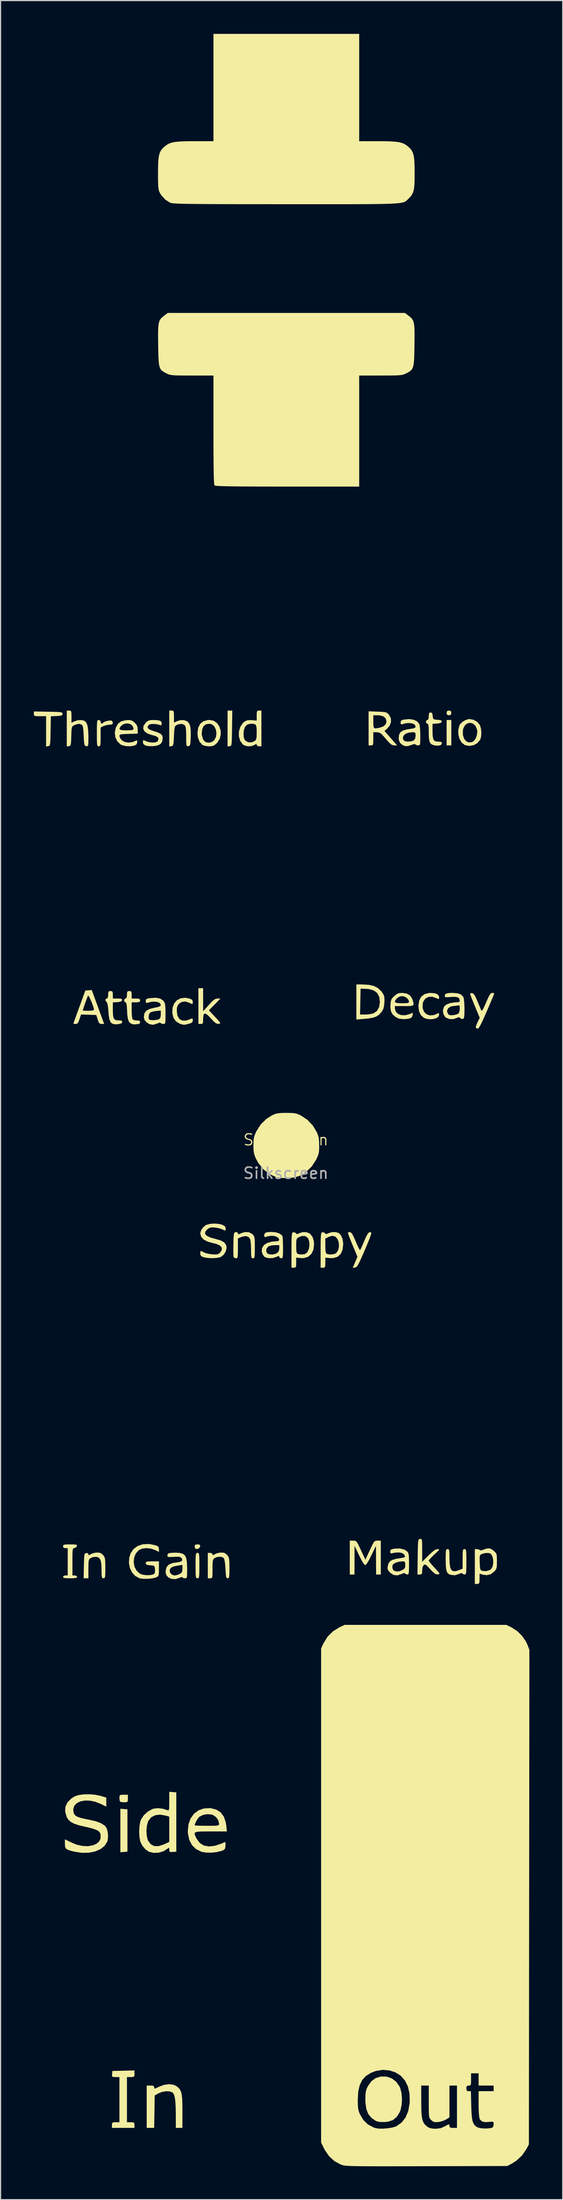
<source format=kicad_pcb>
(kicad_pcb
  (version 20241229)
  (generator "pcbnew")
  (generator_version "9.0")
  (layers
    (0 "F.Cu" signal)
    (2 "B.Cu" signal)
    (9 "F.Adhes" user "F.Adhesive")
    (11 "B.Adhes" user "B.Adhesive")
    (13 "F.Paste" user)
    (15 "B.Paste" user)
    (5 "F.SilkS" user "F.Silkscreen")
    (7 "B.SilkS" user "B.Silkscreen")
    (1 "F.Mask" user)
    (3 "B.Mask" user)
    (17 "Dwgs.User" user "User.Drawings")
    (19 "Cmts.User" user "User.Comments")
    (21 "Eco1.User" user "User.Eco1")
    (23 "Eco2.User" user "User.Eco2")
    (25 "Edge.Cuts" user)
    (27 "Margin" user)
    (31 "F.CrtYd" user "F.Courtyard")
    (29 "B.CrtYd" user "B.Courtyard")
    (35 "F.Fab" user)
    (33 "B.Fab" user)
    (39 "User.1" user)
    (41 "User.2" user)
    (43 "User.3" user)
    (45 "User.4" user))
  (footprint "Silkscreen"
    (layer "F.Cu")
    (at 22.691 99.991)
    (property "Reference" "Silkscreen" (at 0 -0.5 0) (unlocked yes) (layer "F.SilkS") (effects (font (size 1 1) (thickness 0.1))))
    (attr smd)
    (fp_poly (pts (xy -14.584 59.706) (xy -14.266 59.732) (xy -14.266 61.637) (xy -14.266 63.542) (xy -14.584 63.569) (xy -14.901 63.595) (xy -14.901 61.637) (xy -14.901 59.68)) (stroke (width 0) (type solid)) (fill yes) (layer "F.SilkS"))
    (fp_poly (pts (xy 14.901 -37.126) (xy 14.901 -35.983) (xy 14.69 -35.983) (xy 14.478 -35.983) (xy 14.478 -37.126) (xy 14.478 -38.269) (xy 14.69 -38.269) (xy 14.901 -38.269)) (stroke (width 0) (type solid)) (fill yes) (layer "F.SilkS"))
    (fp_poly (pts (xy -7.772 35.918) (xy -7.715 35.999) (xy -7.72 36.089) (xy -7.807 36.24) (xy -7.969 36.317) (xy -8.128 36.289) (xy -8.153 36.269) (xy -8.204 36.141) (xy -8.213 36.054) (xy -8.167 35.939) (xy -8.003 35.9) (xy -7.953 35.899)) (stroke (width 0) (type solid)) (fill yes) (layer "F.SilkS"))
    (fp_poly (pts (xy 14.851 -39.081) (xy 14.9 -38.943) (xy 14.901 -38.904) (xy 14.866 -38.743) (xy 14.729 -38.694) (xy 14.69 -38.693) (xy 14.529 -38.728) (xy 14.479 -38.865) (xy 14.478 -38.904) (xy 14.513 -39.065) (xy 14.651 -39.115) (xy 14.69 -39.116)) (stroke (width 0) (type solid)) (fill yes) (layer "F.SilkS"))
    (fp_poly (pts (xy -4.845 -37.529) (xy -4.854 -36.974) (xy -4.863 -36.566) (xy -4.876 -36.282) (xy -4.896 -36.098) (xy -4.926 -35.991) (xy -4.969 -35.939) (xy -5.028 -35.919) (xy -5.059 -35.914) (xy -5.249 -35.887) (xy -5.249 -37.501) (xy -5.249 -39.116) (xy -5.036 -39.116) (xy -4.822 -39.116)) (stroke (width 0) (type solid)) (fill yes) (layer "F.SilkS"))
    (fp_poly (pts (xy -14.224 58.759) (xy -14.232 58.975) (xy -14.289 59.072) (xy -14.44 59.097) (xy -14.549 59.097) (xy -14.772 59.084) (xy -14.916 59.05) (xy -14.93 59.041) (xy -14.968 58.925) (xy -14.986 58.719) (xy -14.986 58.702) (xy -14.977 58.529) (xy -14.919 58.447) (xy -14.767 58.422) (xy -14.605 58.42) (xy -14.224 58.42)) (stroke (width 0) (type solid)) (fill yes) (layer "F.SilkS"))
    (fp_poly (pts (xy -7.891 36.67) (xy -7.844 36.715) (xy -7.814 36.822) (xy -7.798 37.017) (xy -7.791 37.329) (xy -7.789 37.781) (xy -7.789 37.804) (xy -7.791 38.263) (xy -7.797 38.579) (xy -7.813 38.78) (xy -7.842 38.89) (xy -7.888 38.937) (xy -7.955 38.947) (xy -7.959 38.947) (xy -8.027 38.938) (xy -8.074 38.893) (xy -8.103 38.786) (xy -8.12 38.59) (xy -8.127 38.279) (xy -8.128 37.826) (xy -8.128 37.804) (xy -8.127 37.344) (xy -8.12 37.028) (xy -8.104 36.828) (xy -8.075 36.718) (xy -8.029 36.671) (xy -7.962 36.661) (xy -7.959 36.661)) (stroke (width 0) (type solid)) (fill yes) (layer "F.SilkS"))
    (fp_poly (pts (xy -21.399 -39.012) (xy -20.907 -39.002) (xy -20.558 -38.99) (xy -20.329 -38.973) (xy -20.194 -38.946) (xy -20.13 -38.906) (xy -20.109 -38.849) (xy -20.108 -38.82) (xy -20.128 -38.725) (xy -20.214 -38.67) (xy -20.403 -38.64) (xy -20.635 -38.625) (xy -21.162 -38.6) (xy -21.186 -37.271) (xy -21.195 -36.77) (xy -21.206 -36.413) (xy -21.223 -36.175) (xy -21.249 -36.031) (xy -21.288 -35.956) (xy -21.344 -35.924) (xy -21.399 -35.914) (xy -21.59 -35.887) (xy -21.59 -37.247) (xy -21.59 -38.608) (xy -22.14 -38.608) (xy -22.436 -38.612) (xy -22.601 -38.633) (xy -22.673 -38.685) (xy -22.69 -38.785) (xy -22.691 -38.822) (xy -22.691 -39.036)) (stroke (width 0) (type solid)) (fill yes) (layer "F.SilkS"))
    (fp_poly (pts (xy 9.078 83.778) (xy 9.542 83.94) (xy 9.936 84.24) (xy 10.233 84.662) (xy 10.307 84.83) (xy 10.418 85.27) (xy 10.458 85.785) (xy 10.428 86.308) (xy 10.331 86.775) (xy 10.251 86.982) (xy 9.986 87.402) (xy 9.654 87.678) (xy 9.228 87.827) (xy 8.899 87.865) (xy 8.486 87.862) (xy 8.19 87.802) (xy 8.086 87.756) (xy 7.7 87.488) (xy 7.426 87.147) (xy 7.253 86.713) (xy 7.17 86.161) (xy 7.159 85.766) (xy 7.17 85.38) (xy 7.204 85.102) (xy 7.273 84.872) (xy 7.39 84.63) (xy 7.394 84.623) (xy 7.705 84.192) (xy 8.09 83.91) (xy 8.561 83.769) (xy 8.566 83.768)) (stroke (width 0) (type solid)) (fill yes) (layer "F.SilkS"))
    (fp_poly (pts (xy -13.631 83.521) (xy -13.641 83.712) (xy -13.704 83.798) (xy -13.869 83.819) (xy -13.97 83.82) (xy -14.309 83.82) (xy -14.309 85.852) (xy -14.309 87.884) (xy -13.97 87.884) (xy -13.753 87.894) (xy -13.656 87.948) (xy -13.632 88.083) (xy -13.631 88.138) (xy -13.631 88.392) (xy -14.647 88.392) (xy -15.663 88.392) (xy -15.663 88.138) (xy -15.65 87.975) (xy -15.577 87.903) (xy -15.397 87.884) (xy -15.325 87.884) (xy -14.986 87.884) (xy -14.986 85.852) (xy -14.986 83.82) (xy -15.33 83.82) (xy -15.548 83.812) (xy -15.642 83.763) (xy -15.655 83.633) (xy -15.648 83.545) (xy -15.621 83.27) (xy -14.626 83.246) (xy -13.631 83.222)) (stroke (width 0) (type solid)) (fill yes) (layer "F.SilkS"))
    (fp_poly (pts (xy -7.449 -13.102) (xy -7.447 -12.065) (xy -6.934 -12.636) (xy -6.67 -12.919) (xy -6.477 -13.093) (xy -6.322 -13.181) (xy -6.174 -13.208) (xy -6.155 -13.208) (xy -5.889 -13.208) (xy -6.409 -12.679) (xy -6.93 -12.15) (xy -6.374 -11.557) (xy -6.12 -11.283) (xy -5.969 -11.109) (xy -5.909 -11.01) (xy -5.929 -10.962) (xy -6.014 -10.941) (xy -6.056 -10.936) (xy -6.195 -10.942) (xy -6.335 -11.01) (xy -6.511 -11.164) (xy -6.754 -11.426) (xy -7.029 -11.71) (xy -7.226 -11.849) (xy -7.355 -11.84) (xy -7.426 -11.683) (xy -7.45 -11.377) (xy -7.451 -11.335) (xy -7.458 -11.088) (xy -7.495 -10.966) (xy -7.583 -10.925) (xy -7.662 -10.922) (xy -7.874 -10.922) (xy -7.874 -12.531) (xy -7.874 -14.139) (xy -7.662 -14.139) (xy -7.451 -14.139)) (stroke (width 0) (type solid)) (fill yes) (layer "F.SilkS"))
    (fp_poly (pts (xy 13.424 -13.68) (xy 13.685 -13.574) (xy 13.796 -13.393) (xy 13.801 -13.335) (xy 13.791 -13.193) (xy 13.732 -13.165) (xy 13.575 -13.235) (xy 13.551 -13.248) (xy 13.173 -13.373) (xy 12.833 -13.353) (xy 12.557 -13.2) (xy 12.373 -12.923) (xy 12.329 -12.771) (xy 12.315 -12.365) (xy 12.43 -12.037) (xy 12.651 -11.807) (xy 12.952 -11.694) (xy 13.309 -11.719) (xy 13.551 -11.813) (xy 13.721 -11.893) (xy 13.788 -11.879) (xy 13.801 -11.757) (xy 13.801 -11.742) (xy 13.725 -11.565) (xy 13.526 -11.434) (xy 13.246 -11.358) (xy 12.925 -11.345) (xy 12.606 -11.402) (xy 12.426 -11.478) (xy 12.153 -11.72) (xy 11.99 -12.087) (xy 11.939 -12.548) (xy 12.002 -13.016) (xy 12.186 -13.37) (xy 12.484 -13.602) (xy 12.891 -13.707) (xy 13.012 -13.713)) (stroke (width 0) (type solid)) (fill yes) (layer "F.SilkS"))
    (fp_poly (pts (xy 6.193 35.565) (xy 6.294 35.598) (xy 6.386 35.684) (xy 6.489 35.852) (xy 6.625 36.126) (xy 6.762 36.417) (xy 7.163 37.274) (xy 7.561 36.417) (xy 7.735 36.045) (xy 7.86 35.8) (xy 7.958 35.655) (xy 8.05 35.585) (xy 8.157 35.562) (xy 8.255 35.56) (xy 8.551 35.56) (xy 8.551 37.084) (xy 8.551 38.608) (xy 8.34 38.608) (xy 8.128 38.608) (xy 8.121 37.317) (xy 8.113 36.026) (xy 7.696 36.894) (xy 7.485 37.307) (xy 7.313 37.595) (xy 7.188 37.743) (xy 7.147 37.761) (xy 7.047 37.684) (xy 6.897 37.46) (xy 6.704 37.103) (xy 6.602 36.894) (xy 6.188 36.026) (xy 6.184 37.317) (xy 6.181 38.608) (xy 5.969 38.608) (xy 5.757 38.608) (xy 5.757 37.084) (xy 5.757 35.56) (xy 6.059 35.56)) (stroke (width 0) (type solid)) (fill yes) (layer "F.SilkS"))
    (fp_poly (pts (xy -19.098 35.903) (xy -18.908 35.921) (xy -18.823 35.961) (xy -18.809 36.031) (xy -18.812 36.047) (xy -18.908 36.175) (xy -19.03 36.222) (xy -19.104 36.238) (xy -19.155 36.28) (xy -19.189 36.374) (xy -19.208 36.546) (xy -19.217 36.822) (xy -19.219 37.23) (xy -19.219 37.471) (xy -19.219 38.693) (xy -19.008 38.693) (xy -18.837 38.737) (xy -18.796 38.82) (xy -18.829 38.887) (xy -18.949 38.926) (xy -19.187 38.944) (xy -19.431 38.947) (xy -19.766 38.94) (xy -19.963 38.916) (xy -20.051 38.868) (xy -20.066 38.82) (xy -19.992 38.718) (xy -19.854 38.693) (xy -19.643 38.693) (xy -19.643 37.465) (xy -19.643 36.237) (xy -19.854 36.237) (xy -20.02 36.198) (xy -20.066 36.068) (xy -20.051 35.982) (xy -19.983 35.931) (xy -19.827 35.906) (xy -19.549 35.899) (xy -19.425 35.899)) (stroke (width 0) (type solid)) (fill yes) (layer "F.SilkS"))
    (fp_poly (pts (xy -16.707 -38.209) (xy -16.679 -38.1) (xy -16.635 -37.956) (xy -16.536 -37.943) (xy -16.47 -38.012) (xy -16.347 -38.096) (xy -16.131 -38.171) (xy -15.895 -38.219) (xy -15.716 -38.218) (xy -15.699 -38.213) (xy -15.598 -38.1) (xy -15.579 -38.006) (xy -15.615 -37.896) (xy -15.753 -37.851) (xy -15.879 -37.846) (xy -16.167 -37.807) (xy -16.43 -37.717) (xy -16.679 -37.588) (xy -16.679 -36.743) (xy -16.682 -36.358) (xy -16.693 -36.112) (xy -16.719 -35.974) (xy -16.766 -35.913) (xy -16.84 -35.899) (xy -16.849 -35.899) (xy -16.916 -35.907) (xy -16.962 -35.951) (xy -16.992 -36.056) (xy -17.009 -36.248) (xy -17.016 -36.552) (xy -17.018 -36.996) (xy -17.018 -37.084) (xy -17.017 -37.553) (xy -17.01 -37.879) (xy -16.996 -38.087) (xy -16.968 -38.204) (xy -16.925 -38.256) (xy -16.861 -38.269) (xy -16.849 -38.269)) (stroke (width 0) (type solid)) (fill yes) (layer "F.SilkS"))
    (fp_poly (pts (xy -8.712 -13.216) (xy -8.492 -13.129) (xy -8.397 -13.02) (xy -8.382 -12.908) (xy -8.388 -12.758) (xy -8.436 -12.713) (xy -8.568 -12.764) (xy -8.69 -12.826) (xy -9.054 -12.944) (xy -9.38 -12.903) (xy -9.614 -12.746) (xy -9.744 -12.579) (xy -9.806 -12.377) (xy -9.821 -12.085) (xy -9.764 -11.674) (xy -9.603 -11.387) (xy -9.35 -11.232) (xy -9.02 -11.22) (xy -8.765 -11.297) (xy -8.536 -11.391) (xy -8.423 -11.415) (xy -8.385 -11.363) (xy -8.382 -11.228) (xy -8.41 -11.094) (xy -8.523 -11.006) (xy -8.758 -10.932) (xy -9.016 -10.87) (xy -9.182 -10.85) (xy -9.331 -10.872) (xy -9.537 -10.94) (xy -9.559 -10.948) (xy -9.894 -11.149) (xy -10.119 -11.474) (xy -10.222 -11.876) (xy -10.208 -12.358) (xy -10.065 -12.756) (xy -9.811 -13.054) (xy -9.466 -13.233) (xy -9.048 -13.278)) (stroke (width 0) (type solid)) (fill yes) (layer "F.SilkS"))
    (fp_poly (pts (xy -10.138 84.504) (xy -9.836 84.64) (xy -9.662 84.784) (xy -9.531 84.946) (xy -9.437 85.149) (xy -9.374 85.419) (xy -9.336 85.783) (xy -9.318 86.265) (xy -9.313 86.889) (xy -9.313 88.392) (xy -9.61 88.392) (xy -9.906 88.392) (xy -9.91 87.228) (xy -9.92 86.558) (xy -9.95 86.04) (xy -10 85.658) (xy -10.074 85.394) (xy -10.173 85.233) (xy -10.21 85.201) (xy -10.454 85.109) (xy -10.786 85.095) (xy -11.144 85.154) (xy -11.469 85.283) (xy -11.472 85.284) (xy -11.811 85.476) (xy -11.834 86.934) (xy -11.857 88.392) (xy -12.194 88.392) (xy -12.531 88.392) (xy -12.531 86.487) (xy -12.531 84.582) (xy -12.192 84.582) (xy -11.97 84.597) (xy -11.872 84.655) (xy -11.853 84.747) (xy -11.843 84.834) (xy -11.788 84.855) (xy -11.652 84.805) (xy -11.418 84.687) (xy -10.984 84.523) (xy -10.542 84.461)) (stroke (width 0) (type solid)) (fill yes) (layer "F.SilkS"))
    (fp_poly (pts (xy 6.879 -14.476) (xy 7.466 -14.443) (xy 7.925 -14.339) (xy 8.288 -14.153) (xy 8.587 -13.869) (xy 8.707 -13.708) (xy 8.817 -13.519) (xy 8.871 -13.324) (xy 8.882 -13.061) (xy 8.874 -12.86) (xy 8.84 -12.511) (xy 8.771 -12.261) (xy 8.645 -12.041) (xy 8.602 -11.983) (xy 8.395 -11.756) (xy 8.154 -11.596) (xy 7.843 -11.487) (xy 7.423 -11.415) (xy 7.086 -11.382) (xy 6.35 -11.322) (xy 6.35 -11.769) (xy 6.684 -11.769) (xy 7.155 -11.769) (xy 7.481 -11.791) (xy 7.788 -11.848) (xy 7.913 -11.889) (xy 8.209 -12.1) (xy 8.396 -12.432) (xy 8.466 -12.873) (xy 8.467 -12.912) (xy 8.408 -13.366) (xy 8.228 -13.706) (xy 7.923 -13.935) (xy 7.489 -14.058) (xy 7.212 -14.081) (xy 6.731 -14.097) (xy 6.707 -12.933) (xy 6.684 -11.769) (xy 6.35 -11.769) (xy 6.35 -12.9) (xy 6.35 -14.478)) (stroke (width 0) (type solid)) (fill yes) (layer "F.SilkS"))
    (fp_poly (pts (xy -6.494 -38.196) (xy -6.206 -37.996) (xy -5.997 -37.703) (xy -5.879 -37.349) (xy -5.86 -36.966) (xy -5.952 -36.587) (xy -6.162 -36.243) (xy -6.221 -36.18) (xy -6.427 -36.001) (xy -6.626 -35.919) (xy -6.903 -35.899) (xy -6.915 -35.899) (xy -7.222 -35.928) (xy -7.468 -36.002) (xy -7.517 -36.031) (xy -7.774 -36.312) (xy -7.923 -36.711) (xy -7.947 -36.965) (xy -7.58 -36.965) (xy -7.458 -36.539) (xy -7.396 -36.428) (xy -7.21 -36.273) (xy -6.953 -36.224) (xy -6.683 -36.281) (xy -6.458 -36.44) (xy -6.441 -36.46) (xy -6.294 -36.75) (xy -6.251 -37.075) (xy -6.3 -37.396) (xy -6.43 -37.673) (xy -6.629 -37.864) (xy -6.87 -37.931) (xy -7.196 -37.879) (xy -7.41 -37.711) (xy -7.535 -37.424) (xy -7.58 -36.965) (xy -7.947 -36.965) (xy -7.959 -37.084) (xy -7.898 -37.561) (xy -7.72 -37.918) (xy -7.426 -38.153) (xy -7.02 -38.262) (xy -6.854 -38.269)) (stroke (width 0) (type solid)) (fill yes) (layer "F.SilkS"))
    (fp_poly (pts (xy 7.65 7.815) (xy 7.684 7.859) (xy 7.678 7.963) (xy 7.627 8.147) (xy 7.524 8.427) (xy 7.363 8.823) (xy 7.139 9.352) (xy 7.112 9.414) (xy 6.881 9.948) (xy 6.704 10.345) (xy 6.568 10.626) (xy 6.462 10.811) (xy 6.376 10.921) (xy 6.298 10.974) (xy 6.233 10.991) (xy 6.019 11.017) (xy 6.234 10.52) (xy 6.449 10.022) (xy 6.018 8.992) (xy 5.858 8.601) (xy 5.725 8.264) (xy 5.631 8.013) (xy 5.589 7.879) (xy 5.588 7.869) (xy 5.658 7.808) (xy 5.772 7.805) (xy 5.873 7.851) (xy 5.976 7.975) (xy 6.099 8.204) (xy 6.256 8.562) (xy 6.296 8.659) (xy 6.439 8.99) (xy 6.563 9.245) (xy 6.653 9.396) (xy 6.69 9.421) (xy 6.745 9.317) (xy 6.846 9.097) (xy 6.975 8.802) (xy 7.027 8.678) (xy 7.205 8.269) (xy 7.345 8.001) (xy 7.461 7.851) (xy 7.569 7.801)) (stroke (width 0) (type solid)) (fill yes) (layer "F.SilkS"))
    (fp_poly (pts (xy 16.907 -38.285) (xy 17.234 -38.101) (xy 17.461 -37.836) (xy 17.477 -37.805) (xy 17.57 -37.492) (xy 17.605 -37.117) (xy 17.58 -36.755) (xy 17.504 -36.499) (xy 17.26 -36.198) (xy 16.922 -36.004) (xy 16.536 -35.934) (xy 16.149 -36.004) (xy 16.104 -36.022) (xy 15.839 -36.228) (xy 15.647 -36.546) (xy 15.538 -36.933) (xy 15.524 -37.315) (xy 15.94 -37.315) (xy 15.946 -36.911) (xy 16.049 -36.585) (xy 16.229 -36.357) (xy 16.464 -36.247) (xy 16.736 -36.274) (xy 16.912 -36.367) (xy 17.074 -36.564) (xy 17.191 -36.859) (xy 17.24 -37.182) (xy 17.221 -37.398) (xy 17.079 -37.731) (xy 16.864 -37.936) (xy 16.612 -38.015) (xy 16.357 -37.97) (xy 16.136 -37.804) (xy 15.982 -37.519) (xy 15.94 -37.315) (xy 15.524 -37.315) (xy 15.523 -37.345) (xy 15.614 -37.737) (xy 15.668 -37.854) (xy 15.851 -38.061) (xy 16.129 -38.238) (xy 16.426 -38.342) (xy 16.54 -38.354)) (stroke (width 0) (type solid)) (fill yes) (layer "F.SilkS"))
    (fp_poly (pts (xy 18.727 -13.705) (xy 18.755 -13.641) (xy 18.698 -13.477) (xy 18.683 -13.441) (xy 18.354 -12.662) (xy 18.082 -12.027) (xy 17.86 -11.522) (xy 17.683 -11.136) (xy 17.543 -10.854) (xy 17.434 -10.663) (xy 17.35 -10.55) (xy 17.285 -10.502) (xy 17.262 -10.499) (xy 17.13 -10.553) (xy 17.103 -10.623) (xy 17.138 -10.77) (xy 17.227 -10.999) (xy 17.28 -11.113) (xy 17.458 -11.479) (xy 17.026 -12.511) (xy 16.866 -12.902) (xy 16.732 -13.24) (xy 16.638 -13.492) (xy 16.596 -13.626) (xy 16.595 -13.636) (xy 16.664 -13.698) (xy 16.777 -13.701) (xy 16.889 -13.645) (xy 17.005 -13.496) (xy 17.142 -13.226) (xy 17.241 -12.996) (xy 17.379 -12.667) (xy 17.498 -12.382) (xy 17.579 -12.191) (xy 17.594 -12.156) (xy 17.637 -12.112) (xy 17.701 -12.164) (xy 17.795 -12.328) (xy 17.932 -12.623) (xy 18.032 -12.855) (xy 18.2 -13.238) (xy 18.325 -13.489) (xy 18.423 -13.635) (xy 18.514 -13.702) (xy 18.599 -13.716)) (stroke (width 0) (type solid)) (fill yes) (layer "F.SilkS"))
    (fp_poly (pts (xy 0.449 -2.916) (xy 0.739 -2.896) (xy 0.965 -2.85) (xy 1.182 -2.768) (xy 1.38 -2.672) (xy 1.951 -2.29) (xy 2.431 -1.779) (xy 2.779 -1.2) (xy 2.898 -0.912) (xy 2.966 -0.639) (xy 2.998 -0.316) (xy 3.004 0.002) (xy 2.998 0.383) (xy 2.967 0.664) (xy 2.896 0.913) (xy 2.772 1.198) (xy 2.727 1.288) (xy 2.337 1.895) (xy 1.822 2.392) (xy 1.285 2.723) (xy 0.921 2.843) (xy 0.456 2.919) (xy -0.047 2.948) (xy -0.523 2.924) (xy -0.898 2.848) (xy -1.501 2.564) (xy -2.034 2.138) (xy -2.475 1.592) (xy -2.7 1.185) (xy -2.816 0.902) (xy -2.883 0.629) (xy -2.914 0.301) (xy -2.919 -0.002) (xy -2.913 -0.383) (xy -2.882 -0.664) (xy -2.811 -0.913) (xy -2.687 -1.198) (xy -2.643 -1.288) (xy -2.252 -1.896) (xy -1.734 -2.395) (xy -1.199 -2.727) (xy -0.98 -2.821) (xy -0.755 -2.879) (xy -0.475 -2.91) (xy -0.089 -2.921) (xy 0.042 -2.921)) (stroke (width 0) (type solid)) (fill yes) (layer "F.SilkS"))
    (fp_poly (pts (xy -15.654 -13.867) (xy -15.593 -13.78) (xy -15.579 -13.576) (xy -15.579 -13.547) (xy -15.579 -13.208) (xy -15.149 -13.208) (xy -14.894 -13.199) (xy -14.772 -13.164) (xy -14.744 -13.089) (xy -14.748 -13.06) (xy -14.814 -12.96) (xy -14.989 -12.905) (xy -15.177 -12.886) (xy -15.579 -12.86) (xy -15.579 -12.155) (xy -15.566 -11.745) (xy -15.518 -11.475) (xy -15.418 -11.32) (xy -15.249 -11.253) (xy -15.024 -11.245) (xy -14.805 -11.225) (xy -14.732 -11.14) (xy -14.732 -11.136) (xy -14.771 -11.005) (xy -14.796 -10.981) (xy -14.991 -10.92) (xy -15.253 -10.889) (xy -15.464 -10.898) (xy -15.661 -10.968) (xy -15.8 -11.111) (xy -15.893 -11.353) (xy -15.952 -11.72) (xy -15.977 -12.035) (xy -16.018 -12.486) (xy -16.073 -12.772) (xy -16.141 -12.895) (xy -16.241 -13.013) (xy -16.24 -13.141) (xy -16.141 -13.208) (xy -16.129 -13.208) (xy -16.041 -13.264) (xy -16.004 -13.449) (xy -16.002 -13.547) (xy -15.99 -13.765) (xy -15.936 -13.862) (xy -15.809 -13.885) (xy -15.79 -13.885)) (stroke (width 0) (type solid)) (fill yes) (layer "F.SilkS"))
    (fp_poly (pts (xy -16.92 -12.45) (xy -16.361 -10.922) (xy -16.59 -10.922) (xy -16.735 -10.943) (xy -16.832 -11.036) (xy -16.917 -11.24) (xy -16.944 -11.324) (xy -17.068 -11.726) (xy -17.755 -11.751) (xy -18.442 -11.775) (xy -18.583 -11.349) (xy -18.681 -11.093) (xy -18.775 -10.964) (xy -18.897 -10.923) (xy -18.93 -10.922) (xy -19.086 -10.931) (xy -19.135 -10.947) (xy -19.107 -11.031) (xy -19.03 -11.249) (xy -18.913 -11.575) (xy -18.765 -11.984) (xy -18.71 -12.135) (xy -18.288 -12.135) (xy -18.211 -12.12) (xy -18.011 -12.11) (xy -17.78 -12.107) (xy -17.465 -12.121) (xy -17.305 -12.165) (xy -17.277 -12.213) (xy -17.31 -12.375) (xy -17.387 -12.611) (xy -17.49 -12.879) (xy -17.603 -13.139) (xy -17.706 -13.348) (xy -17.784 -13.468) (xy -17.814 -13.475) (xy -17.862 -13.365) (xy -17.945 -13.147) (xy -18.045 -12.87) (xy -18.146 -12.583) (xy -18.23 -12.334) (xy -18.281 -12.17) (xy -18.288 -12.135) (xy -18.71 -12.135) (xy -18.595 -12.45) (xy -18.056 -13.928) (xy -17.768 -13.953) (xy -17.48 -13.978)) (stroke (width 0) (type solid)) (fill yes) (layer "F.SilkS"))
    (fp_poly (pts (xy 13.149 -38.908) (xy 13.208 -38.763) (xy 13.224 -38.629) (xy 13.248 -38.438) (xy 13.309 -38.342) (xy 13.456 -38.301) (xy 13.658 -38.286) (xy 13.907 -38.258) (xy 14.022 -38.208) (xy 14.038 -38.118) (xy 14.038 -38.116) (xy 13.968 -38.019) (xy 13.781 -37.964) (xy 13.609 -37.947) (xy 13.208 -37.921) (xy 13.208 -37.285) (xy 13.22 -36.864) (xy 13.265 -36.584) (xy 13.359 -36.418) (xy 13.514 -36.34) (xy 13.719 -36.322) (xy 13.941 -36.307) (xy 14.038 -36.247) (xy 14.055 -36.162) (xy 13.981 -36.032) (xy 13.786 -35.962) (xy 13.51 -35.963) (xy 13.329 -35.998) (xy 13.13 -36.074) (xy 12.998 -36.197) (xy 12.918 -36.397) (xy 12.879 -36.704) (xy 12.869 -37.143) (xy 12.865 -37.522) (xy 12.847 -37.76) (xy 12.813 -37.886) (xy 12.757 -37.93) (xy 12.742 -37.931) (xy 12.639 -38.001) (xy 12.615 -38.1) (xy 12.668 -38.238) (xy 12.742 -38.269) (xy 12.831 -38.325) (xy 12.867 -38.511) (xy 12.869 -38.608) (xy 12.884 -38.83) (xy 12.942 -38.928) (xy 13.034 -38.947)) (stroke (width 0) (type solid)) (fill yes) (layer "F.SilkS"))
    (fp_poly (pts (xy -19.402 -39.106) (xy -19.339 -39.052) (xy -19.311 -38.915) (xy -19.304 -38.657) (xy -19.304 -38.563) (xy -19.304 -38.011) (xy -19.054 -38.14) (xy -18.726 -38.247) (xy -18.382 -38.259) (xy -18.122 -38.186) (xy -17.972 -38.041) (xy -17.868 -37.781) (xy -17.805 -37.39) (xy -17.781 -36.851) (xy -17.78 -36.727) (xy -17.782 -36.345) (xy -17.791 -36.102) (xy -17.815 -35.968) (xy -17.862 -35.914) (xy -17.937 -35.91) (xy -17.971 -35.914) (xy -18.055 -35.936) (xy -18.112 -35.992) (xy -18.149 -36.114) (xy -18.174 -36.332) (xy -18.195 -36.676) (xy -18.203 -36.855) (xy -18.23 -37.296) (xy -18.265 -37.593) (xy -18.313 -37.77) (xy -18.373 -37.848) (xy -18.632 -37.925) (xy -18.946 -37.853) (xy -19.051 -37.803) (xy -19.162 -37.74) (xy -19.235 -37.666) (xy -19.278 -37.546) (xy -19.302 -37.345) (xy -19.316 -37.027) (xy -19.322 -36.808) (xy -19.335 -36.417) (xy -19.353 -36.164) (xy -19.383 -36.018) (xy -19.433 -35.946) (xy -19.51 -35.918) (xy -19.537 -35.914) (xy -19.727 -35.887) (xy -19.727 -37.501) (xy -19.727 -39.116) (xy -19.516 -39.116)) (stroke (width 0) (type solid)) (fill yes) (layer "F.SilkS"))
    (fp_poly (pts (xy -13.961 -13.867) (xy -13.9 -13.78) (xy -13.885 -13.576) (xy -13.885 -13.547) (xy -13.885 -13.208) (xy -13.504 -13.208) (xy -13.266 -13.197) (xy -13.154 -13.151) (xy -13.123 -13.051) (xy -13.123 -13.039) (xy -13.148 -12.933) (xy -13.252 -12.883) (xy -13.477 -12.869) (xy -13.504 -12.869) (xy -13.885 -12.869) (xy -13.884 -12.171) (xy -13.874 -11.831) (xy -13.85 -11.548) (xy -13.816 -11.372) (xy -13.805 -11.35) (xy -13.664 -11.263) (xy -13.425 -11.235) (xy -13.218 -11.223) (xy -13.134 -11.156) (xy -13.123 -11.083) (xy -13.176 -10.95) (xy -13.243 -10.922) (xy -13.437 -10.901) (xy -13.476 -10.892) (xy -13.649 -10.882) (xy -13.771 -10.896) (xy -13.982 -10.974) (xy -14.13 -11.126) (xy -14.224 -11.38) (xy -14.278 -11.761) (xy -14.296 -12.074) (xy -14.316 -12.464) (xy -14.346 -12.71) (xy -14.389 -12.837) (xy -14.444 -12.869) (xy -14.54 -12.94) (xy -14.563 -13.039) (xy -14.51 -13.177) (xy -14.436 -13.208) (xy -14.347 -13.264) (xy -14.311 -13.449) (xy -14.309 -13.547) (xy -14.297 -13.765) (xy -14.243 -13.862) (xy -14.115 -13.885) (xy -14.097 -13.885)) (stroke (width 0) (type solid)) (fill yes) (layer "F.SilkS"))
    (fp_poly (pts (xy -10.173 -39.106) (xy -10.109 -39.051) (xy -10.082 -38.913) (xy -10.075 -38.652) (xy -10.075 -38.571) (xy -10.075 -38.025) (xy -9.842 -38.147) (xy -9.512 -38.253) (xy -9.173 -38.253) (xy -8.89 -38.151) (xy -8.825 -38.1) (xy -8.696 -37.936) (xy -8.613 -37.71) (xy -8.569 -37.392) (xy -8.56 -36.951) (xy -8.568 -36.661) (xy -8.584 -36.31) (xy -8.607 -36.095) (xy -8.647 -35.979) (xy -8.715 -35.929) (xy -8.784 -35.914) (xy -8.869 -35.908) (xy -8.924 -35.94) (xy -8.955 -36.039) (xy -8.97 -36.233) (xy -8.974 -36.553) (xy -8.975 -36.776) (xy -8.981 -37.206) (xy -9.001 -37.497) (xy -9.039 -37.682) (xy -9.101 -37.79) (xy -9.108 -37.798) (xy -9.339 -37.916) (xy -9.637 -37.894) (xy -9.821 -37.821) (xy -9.916 -37.764) (xy -9.98 -37.683) (xy -10.021 -37.545) (xy -10.048 -37.316) (xy -10.069 -36.961) (xy -10.075 -36.828) (xy -10.096 -36.432) (xy -10.119 -36.174) (xy -10.152 -36.023) (xy -10.203 -35.948) (xy -10.279 -35.919) (xy -10.308 -35.914) (xy -10.499 -35.887) (xy -10.499 -37.501) (xy -10.499 -39.116) (xy -10.287 -39.116)) (stroke (width 0) (type solid)) (fill yes) (layer "F.SilkS"))
    (fp_poly (pts (xy -5.568 36.651) (xy -5.382 36.755) (xy -5.283 36.857) (xy -5.193 36.975) (xy -5.134 37.102) (xy -5.1 37.276) (xy -5.085 37.535) (xy -5.08 37.918) (xy -5.08 38.02) (xy -5.082 38.427) (xy -5.093 38.695) (xy -5.116 38.851) (xy -5.157 38.925) (xy -5.22 38.946) (xy -5.238 38.947) (xy -5.311 38.93) (xy -5.361 38.86) (xy -5.394 38.706) (xy -5.418 38.438) (xy -5.437 38.103) (xy -5.467 37.688) (xy -5.512 37.363) (xy -5.565 37.164) (xy -5.585 37.13) (xy -5.766 37.027) (xy -6.026 37.006) (xy -6.293 37.066) (xy -6.416 37.131) (xy -6.502 37.205) (xy -6.557 37.305) (xy -6.588 37.467) (xy -6.601 37.727) (xy -6.604 38.105) (xy -6.605 38.488) (xy -6.614 38.732) (xy -6.639 38.87) (xy -6.687 38.931) (xy -6.767 38.946) (xy -6.816 38.947) (xy -7.027 38.947) (xy -7.027 37.804) (xy -7.027 36.661) (xy -6.816 36.661) (xy -6.645 36.705) (xy -6.604 36.79) (xy -6.586 36.868) (xy -6.502 36.848) (xy -6.391 36.779) (xy -6.164 36.684) (xy -5.881 36.632) (xy -5.832 36.63)) (stroke (width 0) (type solid)) (fill yes) (layer "F.SilkS"))
    (fp_poly (pts (xy -2.201 -37.507) (xy -2.201 -35.899) (xy -2.413 -35.899) (xy -2.585 -35.944) (xy -2.625 -36.03) (xy -2.64 -36.115) (xy -2.716 -36.095) (xy -2.813 -36.03) (xy -3.089 -35.92) (xy -3.418 -35.903) (xy -3.725 -35.976) (xy -3.884 -36.076) (xy -4.117 -36.4) (xy -4.229 -36.796) (xy -4.228 -37.03) (xy -3.81 -37.03) (xy -3.789 -36.71) (xy -3.716 -36.501) (xy -3.641 -36.407) (xy -3.39 -36.266) (xy -3.09 -36.254) (xy -2.813 -36.369) (xy -2.717 -36.455) (xy -2.66 -36.573) (xy -2.633 -36.767) (xy -2.625 -37.078) (xy -2.625 -37.164) (xy -2.632 -37.527) (xy -2.669 -37.752) (xy -2.759 -37.873) (xy -2.925 -37.922) (xy -3.176 -37.931) (xy -3.474 -37.859) (xy -3.681 -37.649) (xy -3.791 -37.304) (xy -3.81 -37.03) (xy -4.228 -37.03) (xy -4.226 -37.219) (xy -4.112 -37.626) (xy -3.89 -37.973) (xy -3.686 -38.148) (xy -3.455 -38.243) (xy -3.144 -38.258) (xy -3.047 -38.25) (xy -2.625 -38.21) (xy -2.625 -38.663) (xy -2.619 -38.925) (xy -2.588 -39.06) (xy -2.513 -39.11) (xy -2.413 -39.116) (xy -2.201 -39.116)) (stroke (width 0) (type solid)) (fill yes) (layer "F.SilkS"))
    (fp_poly (pts (xy -16.744 36.651) (xy -16.558 36.755) (xy -16.459 36.857) (xy -16.369 36.975) (xy -16.31 37.102) (xy -16.276 37.276) (xy -16.261 37.535) (xy -16.256 37.918) (xy -16.256 38.02) (xy -16.258 38.426) (xy -16.267 38.693) (xy -16.29 38.849) (xy -16.33 38.923) (xy -16.395 38.946) (xy -16.425 38.947) (xy -16.507 38.934) (xy -16.557 38.872) (xy -16.584 38.731) (xy -16.594 38.476) (xy -16.596 38.206) (xy -16.612 37.725) (xy -16.663 37.389) (xy -16.761 37.173) (xy -16.913 37.055) (xy -17.089 37.015) (xy -17.36 37.038) (xy -17.574 37.122) (xy -17.668 37.194) (xy -17.728 37.285) (xy -17.762 37.43) (xy -17.776 37.667) (xy -17.78 38.031) (xy -17.78 38.102) (xy -17.78 38.947) (xy -17.994 38.947) (xy -18.208 38.947) (xy -18.185 37.825) (xy -18.174 37.371) (xy -18.161 37.058) (xy -18.14 36.86) (xy -18.107 36.749) (xy -18.056 36.698) (xy -17.982 36.678) (xy -17.971 36.676) (xy -17.814 36.697) (xy -17.78 36.784) (xy -17.765 36.868) (xy -17.689 36.854) (xy -17.567 36.779) (xy -17.34 36.684) (xy -17.057 36.632) (xy -17.008 36.63)) (stroke (width 0) (type solid)) (fill yes) (layer "F.SilkS"))
    (fp_poly (pts (xy 16.155 36.331) (xy 16.202 36.376) (xy 16.231 36.483) (xy 16.248 36.679) (xy 16.255 36.99) (xy 16.256 37.443) (xy 16.256 37.465) (xy 16.254 37.925) (xy 16.247 38.242) (xy 16.231 38.442) (xy 16.202 38.552) (xy 16.156 38.599) (xy 16.094 38.608) (xy 15.944 38.565) (xy 15.899 38.512) (xy 15.817 38.472) (xy 15.625 38.542) (xy 15.6 38.554) (xy 15.216 38.677) (xy 14.839 38.636) (xy 14.759 38.607) (xy 14.609 38.519) (xy 14.506 38.377) (xy 14.44 38.153) (xy 14.405 37.821) (xy 14.394 37.351) (xy 14.393 37.259) (xy 14.395 36.85) (xy 14.405 36.581) (xy 14.427 36.423) (xy 14.466 36.347) (xy 14.529 36.323) (xy 14.563 36.322) (xy 14.643 36.335) (xy 14.693 36.395) (xy 14.72 36.534) (xy 14.73 36.786) (xy 14.732 37.078) (xy 14.748 37.603) (xy 14.804 37.974) (xy 14.91 38.206) (xy 15.075 38.311) (xy 15.309 38.304) (xy 15.57 38.221) (xy 15.917 38.082) (xy 15.917 37.202) (xy 15.919 36.808) (xy 15.93 36.553) (xy 15.954 36.407) (xy 15.998 36.34) (xy 16.068 36.322) (xy 16.087 36.322)) (stroke (width 0) (type solid)) (fill yes) (layer "F.SilkS"))
    (fp_poly (pts (xy -11.582 -38.253) (xy -11.34 -38.203) (xy -11.213 -38.108) (xy -11.176 -37.957) (xy -11.176 -37.954) (xy -11.198 -37.807) (xy -11.287 -37.794) (xy -11.324 -37.809) (xy -11.567 -37.879) (xy -11.857 -37.911) (xy -12.125 -37.904) (xy -12.307 -37.855) (xy -12.321 -37.844) (xy -12.453 -37.673) (xy -12.418 -37.517) (xy -12.214 -37.379) (xy -11.959 -37.289) (xy -11.552 -37.158) (xy -11.288 -37.029) (xy -11.143 -36.883) (xy -11.092 -36.704) (xy -11.091 -36.666) (xy -11.125 -36.357) (xy -11.244 -36.154) (xy -11.436 -36.023) (xy -11.706 -35.941) (xy -12.06 -35.908) (xy -12.417 -35.924) (xy -12.679 -35.986) (xy -12.838 -36.126) (xy -12.869 -36.279) (xy -12.86 -36.422) (xy -12.801 -36.449) (xy -12.644 -36.379) (xy -12.62 -36.367) (xy -12.373 -36.284) (xy -12.07 -36.24) (xy -11.988 -36.237) (xy -11.724 -36.257) (xy -11.575 -36.327) (xy -11.512 -36.412) (xy -11.467 -36.593) (xy -11.558 -36.735) (xy -11.798 -36.847) (xy -12.07 -36.916) (xy -12.466 -37.048) (xy -12.728 -37.243) (xy -12.846 -37.482) (xy -12.813 -37.748) (xy -12.622 -38.022) (xy -12.428 -38.182) (xy -12.221 -38.254) (xy -11.966 -38.268)) (stroke (width 0) (type solid)) (fill yes) (layer "F.SilkS"))
    (fp_poly (pts (xy -3.344 7.813) (xy -3.048 7.955) (xy -3.002 7.997) (xy -2.912 8.097) (xy -2.853 8.206) (xy -2.818 8.359) (xy -2.8 8.593) (xy -2.794 8.942) (xy -2.794 9.182) (xy -2.796 9.602) (xy -2.804 9.88) (xy -2.825 10.047) (xy -2.862 10.13) (xy -2.921 10.158) (xy -2.963 10.16) (xy -3.044 10.147) (xy -3.094 10.087) (xy -3.121 9.948) (xy -3.131 9.696) (xy -3.133 9.404) (xy -3.142 9.036) (xy -3.166 8.71) (xy -3.2 8.481) (xy -3.214 8.432) (xy -3.369 8.232) (xy -3.619 8.159) (xy -3.945 8.219) (xy -4.01 8.245) (xy -4.318 8.373) (xy -4.318 9.267) (xy -4.32 9.664) (xy -4.33 9.922) (xy -4.354 10.071) (xy -4.397 10.14) (xy -4.465 10.159) (xy -4.49 10.16) (xy -4.65 10.112) (xy -4.704 10.049) (xy -4.719 9.926) (xy -4.727 9.67) (xy -4.729 9.318) (xy -4.723 8.908) (xy -4.723 8.885) (xy -4.712 8.447) (xy -4.697 8.15) (xy -4.675 7.966) (xy -4.638 7.866) (xy -4.582 7.821) (xy -4.508 7.805) (xy -4.352 7.826) (xy -4.318 7.913) (xy -4.302 7.996) (xy -4.224 7.993) (xy -4.068 7.919) (xy -3.699 7.8)) (stroke (width 0) (type solid)) (fill yes) (layer "F.SilkS"))
    (fp_poly (pts (xy 4.725 7.866) (xy 4.746 7.877) (xy 4.957 8.079) (xy 5.101 8.406) (xy 5.163 8.821) (xy 5.165 8.894) (xy 5.107 9.393) (xy 4.938 9.771) (xy 4.661 10.021) (xy 4.284 10.139) (xy 3.965 10.14) (xy 3.556 10.1) (xy 3.556 10.553) (xy 3.55 10.816) (xy 3.52 10.951) (xy 3.445 11) (xy 3.344 11.007) (xy 3.133 11.007) (xy 3.133 9.438) (xy 3.134 9.051) (xy 3.556 9.051) (xy 3.561 9.409) (xy 3.593 9.631) (xy 3.673 9.751) (xy 3.825 9.801) (xy 4.073 9.814) (xy 4.085 9.815) (xy 4.4 9.765) (xy 4.56 9.664) (xy 4.718 9.41) (xy 4.785 9.093) (xy 4.767 8.76) (xy 4.67 8.46) (xy 4.5 8.243) (xy 4.382 8.177) (xy 4.152 8.143) (xy 3.895 8.218) (xy 3.853 8.238) (xy 3.556 8.379) (xy 3.556 9.051) (xy 3.134 9.051) (xy 3.134 8.879) (xy 3.14 8.468) (xy 3.152 8.179) (xy 3.173 7.992) (xy 3.204 7.882) (xy 3.247 7.828) (xy 3.272 7.815) (xy 3.436 7.831) (xy 3.508 7.894) (xy 3.601 7.978) (xy 3.724 7.957) (xy 3.813 7.911) (xy 4.106 7.815) (xy 4.44 7.799)) (stroke (width 0) (type solid)) (fill yes) (layer "F.SilkS"))
    (fp_poly (pts (xy 8.262 -39.018) (xy 8.643 -39.002) (xy 8.894 -38.977) (xy 9.056 -38.935) (xy 9.17 -38.865) (xy 9.275 -38.755) (xy 9.278 -38.751) (xy 9.453 -38.433) (xy 9.472 -38.088) (xy 9.341 -37.746) (xy 9.089 -37.458) (xy 8.881 -37.282) (xy 9.283 -36.823) (xy 9.51 -36.563) (xy 9.716 -36.329) (xy 9.852 -36.174) (xy 10.02 -35.983) (xy 9.759 -35.983) (xy 9.613 -36.004) (xy 9.469 -36.081) (xy 9.294 -36.24) (xy 9.058 -36.506) (xy 9.003 -36.57) (xy 8.758 -36.853) (xy 8.582 -37.028) (xy 8.439 -37.121) (xy 8.294 -37.157) (xy 8.191 -37.163) (xy 7.874 -37.169) (xy 7.874 -36.576) (xy 7.871 -36.266) (xy 7.853 -36.089) (xy 7.806 -36.007) (xy 7.719 -35.984) (xy 7.662 -35.983) (xy 7.451 -35.983) (xy 7.451 -37.516) (xy 7.451 -38.693) (xy 7.874 -38.693) (xy 7.874 -38.1) (xy 7.879 -37.771) (xy 7.918 -37.585) (xy 8.023 -37.513) (xy 8.23 -37.528) (xy 8.507 -37.589) (xy 8.836 -37.723) (xy 9.018 -37.937) (xy 9.059 -38.159) (xy 8.985 -38.421) (xy 8.773 -38.6) (xy 8.438 -38.686) (xy 8.297 -38.693) (xy 7.874 -38.693) (xy 7.451 -38.693) (xy 7.451 -39.048)) (stroke (width 0) (type solid)) (fill yes) (layer "F.SilkS"))
    (fp_poly (pts (xy 1.846 7.81) (xy 2.131 7.919) (xy 2.191 7.967) (xy 2.409 8.25) (xy 2.519 8.613) (xy 2.54 8.935) (xy 2.476 9.407) (xy 2.292 9.775) (xy 2.003 10.025) (xy 1.623 10.142) (xy 1.325 10.141) (xy 0.931 10.096) (xy 0.931 10.551) (xy 0.926 10.814) (xy 0.895 10.95) (xy 0.821 11) (xy 0.72 11.007) (xy 0.508 11.007) (xy 0.508 9.438) (xy 0.509 9.054) (xy 0.931 9.054) (xy 0.937 9.412) (xy 0.968 9.633) (xy 1.049 9.752) (xy 1.202 9.801) (xy 1.449 9.815) (xy 1.454 9.815) (xy 1.714 9.782) (xy 1.9 9.647) (xy 1.941 9.598) (xy 2.068 9.336) (xy 2.123 9.004) (xy 2.106 8.668) (xy 2.016 8.391) (xy 1.947 8.297) (xy 1.715 8.152) (xy 1.439 8.155) (xy 1.181 8.257) (xy 1.056 8.329) (xy 0.982 8.414) (xy 0.945 8.553) (xy 0.933 8.788) (xy 0.931 9.054) (xy 0.509 9.054) (xy 0.51 8.879) (xy 0.515 8.468) (xy 0.528 8.179) (xy 0.548 7.992) (xy 0.579 7.882) (xy 0.622 7.828) (xy 0.647 7.815) (xy 0.811 7.831) (xy 0.883 7.894) (xy 0.976 7.978) (xy 1.099 7.957) (xy 1.188 7.911) (xy 1.51 7.805)) (stroke (width 0) (type solid)) (fill yes) (layer "F.SilkS"))
    (fp_poly (pts (xy 10.901 -13.653) (xy 11.204 -13.465) (xy 11.397 -13.148) (xy 11.427 -13.056) (xy 11.488 -12.824) (xy 11.5 -12.672) (xy 11.438 -12.585) (xy 11.277 -12.544) (xy 10.991 -12.531) (xy 10.668 -12.531) (xy 9.821 -12.531) (xy 9.821 -12.315) (xy 9.894 -12.035) (xy 10.093 -11.832) (xy 10.385 -11.717) (xy 10.74 -11.704) (xy 11.128 -11.803) (xy 11.142 -11.809) (xy 11.441 -11.934) (xy 11.414 -11.706) (xy 11.355 -11.541) (xy 11.206 -11.434) (xy 10.94 -11.375) (xy 10.575 -11.354) (xy 10.186 -11.399) (xy 9.899 -11.538) (xy 9.626 -11.769) (xy 9.472 -12.035) (xy 9.416 -12.384) (xy 9.422 -12.649) (xy 9.446 -12.891) (xy 9.825 -12.891) (xy 9.942 -12.82) (xy 10.204 -12.789) (xy 10.456 -12.785) (xy 10.782 -12.789) (xy 10.973 -12.808) (xy 11.064 -12.85) (xy 11.091 -12.925) (xy 11.091 -12.948) (xy 11.029 -13.109) (xy 10.876 -13.28) (xy 10.86 -13.293) (xy 10.572 -13.424) (xy 10.27 -13.403) (xy 10.005 -13.238) (xy 9.97 -13.198) (xy 9.839 -13.013) (xy 9.825 -12.891) (xy 9.446 -12.891) (xy 9.452 -12.948) (xy 9.514 -13.146) (xy 9.641 -13.314) (xy 9.763 -13.432) (xy 9.991 -13.614) (xy 10.204 -13.696) (xy 10.486 -13.716)) (stroke (width 0) (type solid)) (fill yes) (layer "F.SilkS"))
    (fp_poly (pts (xy 12.219 35.427) (xy 12.252 35.515) (xy 12.269 35.69) (xy 12.276 35.98) (xy 12.277 36.412) (xy 12.277 36.42) (xy 12.277 37.46) (xy 12.85 36.891) (xy 13.16 36.599) (xy 13.389 36.42) (xy 13.565 36.335) (xy 13.659 36.322) (xy 13.767 36.329) (xy 13.799 36.364) (xy 13.742 36.45) (xy 13.583 36.609) (xy 13.382 36.797) (xy 13.145 37.026) (xy 12.966 37.217) (xy 12.875 37.339) (xy 12.869 37.357) (xy 12.924 37.454) (xy 13.07 37.639) (xy 13.281 37.881) (xy 13.395 38.005) (xy 13.641 38.269) (xy 13.784 38.435) (xy 13.835 38.528) (xy 13.806 38.571) (xy 13.711 38.59) (xy 13.685 38.593) (xy 13.542 38.586) (xy 13.396 38.513) (xy 13.211 38.351) (xy 13.001 38.128) (xy 12.771 37.883) (xy 12.62 37.749) (xy 12.518 37.706) (xy 12.435 37.737) (xy 12.415 37.752) (xy 12.31 37.942) (xy 12.277 38.237) (xy 12.267 38.468) (xy 12.222 38.576) (xy 12.114 38.607) (xy 12.063 38.608) (xy 11.85 38.608) (xy 11.873 37.02) (xy 11.881 36.466) (xy 11.891 36.058) (xy 11.904 35.774) (xy 11.924 35.59) (xy 11.953 35.483) (xy 11.996 35.431) (xy 12.055 35.411) (xy 12.086 35.406) (xy 12.166 35.4)) (stroke (width 0) (type solid)) (fill yes) (layer "F.SilkS"))
    (fp_poly (pts (xy -13.893 -38.226) (xy -13.724 -38.12) (xy -13.63 -38.039) (xy -13.442 -37.837) (xy -13.36 -37.626) (xy -13.343 -37.416) (xy -13.335 -37.042) (xy -14.161 -37.017) (xy -14.54 -37.004) (xy -14.782 -36.984) (xy -14.916 -36.952) (xy -14.974 -36.9) (xy -14.986 -36.823) (xy -14.929 -36.649) (xy -14.79 -36.457) (xy -14.778 -36.445) (xy -14.515 -36.29) (xy -14.172 -36.234) (xy -13.809 -36.281) (xy -13.61 -36.36) (xy -13.449 -36.434) (xy -13.387 -36.408) (xy -13.377 -36.273) (xy -13.441 -36.079) (xy -13.595 -35.981) (xy -13.959 -35.905) (xy -14.367 -35.913) (xy -14.739 -36) (xy -14.885 -36.07) (xy -15.172 -36.338) (xy -15.348 -36.701) (xy -15.402 -37.116) (xy -15.325 -37.53) (xy -14.973 -37.53) (xy -14.967 -37.424) (xy -14.836 -37.365) (xy -14.563 -37.341) (xy -14.351 -37.338) (xy -14.024 -37.343) (xy -13.831 -37.363) (xy -13.741 -37.407) (xy -13.717 -37.481) (xy -13.717 -37.486) (xy -13.79 -37.723) (xy -13.972 -37.883) (xy -14.222 -37.957) (xy -14.495 -37.938) (xy -14.748 -37.817) (xy -14.871 -37.695) (xy -14.973 -37.53) (xy -15.325 -37.53) (xy -15.322 -37.544) (xy -15.294 -37.616) (xy -15.1 -37.943) (xy -14.832 -38.144) (xy -14.453 -38.241) (xy -14.362 -38.251) (xy -14.08 -38.263)) (stroke (width 0) (type solid)) (fill yes) (layer "F.SilkS"))
    (fp_poly (pts (xy 18.375 36.263) (xy 18.607 36.382) (xy 18.731 36.484) (xy 18.869 36.616) (xy 18.951 36.738) (xy 18.992 36.898) (xy 19.006 37.145) (xy 19.008 37.41) (xy 19.003 37.756) (xy 18.981 37.982) (xy 18.928 38.137) (xy 18.831 38.271) (xy 18.763 38.344) (xy 18.438 38.587) (xy 18.073 38.668) (xy 17.743 38.62) (xy 17.441 38.537) (xy 17.441 38.996) (xy 17.436 39.26) (xy 17.406 39.397) (xy 17.332 39.448) (xy 17.23 39.455) (xy 17.018 39.455) (xy 17.018 37.888) (xy 17.018 37.273) (xy 17.451 37.273) (xy 17.459 37.54) (xy 17.475 37.879) (xy 17.499 38.086) (xy 17.545 38.199) (xy 17.624 38.256) (xy 17.695 38.28) (xy 18.036 38.307) (xy 18.353 38.211) (xy 18.475 38.126) (xy 18.606 37.914) (xy 18.671 37.616) (xy 18.67 37.287) (xy 18.607 36.986) (xy 18.481 36.768) (xy 18.431 36.727) (xy 18.218 36.668) (xy 17.933 36.68) (xy 17.655 36.76) (xy 17.654 36.76) (xy 17.546 36.818) (xy 17.482 36.897) (xy 17.454 37.035) (xy 17.451 37.273) (xy 17.018 37.273) (xy 17.018 36.322) (xy 17.223 36.322) (xy 17.391 36.354) (xy 17.457 36.411) (xy 17.551 36.444) (xy 17.77 36.381) (xy 17.8 36.368) (xy 18.125 36.261)) (stroke (width 0) (type solid)) (fill yes) (layer "F.SilkS"))
    (fp_poly (pts (xy -10.181 58.182) (xy -9.864 58.208) (xy -9.864 60.875) (xy -9.864 63.542) (xy -10.181 63.569) (xy -10.389 63.575) (xy -10.478 63.526) (xy -10.499 63.39) (xy -10.499 63.365) (xy -10.509 63.209) (xy -10.563 63.199) (xy -10.65 63.272) (xy -11.02 63.505) (xy -11.468 63.634) (xy -11.932 63.648) (xy -12.323 63.55) (xy -12.643 63.334) (xy -12.92 63.009) (xy -13.106 62.633) (xy -13.12 62.587) (xy -13.186 62.21) (xy -13.208 61.763) (xy -13.201 61.621) (xy -12.551 61.621) (xy -12.533 62.045) (xy -12.461 62.412) (xy -12.386 62.589) (xy -12.142 62.89) (xy -11.843 63.041) (xy -11.475 63.046) (xy -11.029 62.906) (xy -10.943 62.868) (xy -10.499 62.661) (xy -10.499 61.528) (xy -10.499 60.394) (xy -10.826 60.296) (xy -11.326 60.21) (xy -11.762 60.261) (xy -12.117 60.446) (xy -12.372 60.756) (xy -12.42 60.856) (xy -12.513 61.203) (xy -12.551 61.621) (xy -13.201 61.621) (xy -13.187 61.307) (xy -13.126 60.905) (xy -13.05 60.663) (xy -12.793 60.269) (xy -12.428 59.933) (xy -12.014 59.706) (xy -11.933 59.678) (xy -11.538 59.628) (xy -11.082 59.678) (xy -10.647 59.813) (xy -10.58 59.829) (xy -10.537 59.787) (xy -10.512 59.66) (xy -10.501 59.42) (xy -10.499 59.041) (xy -10.499 59.017) (xy -10.499 58.156)) (stroke (width 0) (type solid)) (fill yes) (layer "F.SilkS"))
    (fp_poly (pts (xy -12.135 35.894) (xy -11.789 35.967) (xy -11.579 36.037) (xy -11.471 36.126) (xy -11.433 36.253) (xy -11.43 36.333) (xy -11.43 36.579) (xy -11.765 36.408) (xy -12.147 36.276) (xy -12.558 36.233) (xy -12.942 36.279) (xy -13.241 36.414) (xy -13.249 36.421) (xy -13.515 36.725) (xy -13.665 37.099) (xy -13.702 37.504) (xy -13.63 37.901) (xy -13.451 38.25) (xy -13.169 38.512) (xy -13.079 38.561) (xy -12.816 38.639) (xy -12.496 38.67) (xy -12.18 38.655) (xy -11.929 38.595) (xy -11.833 38.537) (xy -11.79 38.41) (xy -11.781 38.19) (xy -11.784 38.132) (xy -11.808 37.934) (xy -11.869 37.834) (xy -12.014 37.793) (xy -12.213 37.778) (xy -12.462 37.75) (xy -12.582 37.696) (xy -12.615 37.595) (xy -12.615 37.587) (xy -12.598 37.501) (xy -12.523 37.451) (xy -12.352 37.428) (xy -12.052 37.423) (xy -12.023 37.423) (xy -11.43 37.423) (xy -11.43 38.086) (xy -11.433 38.421) (xy -11.451 38.626) (xy -11.495 38.745) (xy -11.579 38.816) (xy -11.663 38.858) (xy -11.937 38.938) (xy -12.307 38.986) (xy -12.7 38.999) (xy -13.046 38.973) (xy -13.181 38.943) (xy -13.556 38.745) (xy -13.847 38.427) (xy -14.043 38.022) (xy -14.132 37.563) (xy -14.102 37.085) (xy -13.978 36.695) (xy -13.719 36.317) (xy -13.345 36.045) (xy -12.886 35.889) (xy -12.369 35.862)) (stroke (width 0) (type solid)) (fill yes) (layer "F.SilkS"))
    (fp_poly (pts (xy -5.911 7.088) (xy -5.712 7.15) (xy -5.505 7.267) (xy -5.425 7.414) (xy -5.419 7.491) (xy -5.427 7.633) (xy -5.482 7.664) (xy -5.631 7.599) (xy -5.682 7.573) (xy -5.928 7.482) (xy -6.243 7.411) (xy -6.381 7.392) (xy -6.671 7.378) (xy -6.87 7.42) (xy -7.048 7.533) (xy -7.249 7.748) (xy -7.281 7.943) (xy -7.145 8.119) (xy -6.841 8.275) (xy -6.37 8.41) (xy -6.331 8.419) (xy -5.864 8.555) (xy -5.552 8.731) (xy -5.38 8.956) (xy -5.334 9.202) (xy -5.408 9.535) (xy -5.601 9.84) (xy -5.839 10.032) (xy -6.095 10.108) (xy -6.452 10.145) (xy -6.85 10.144) (xy -7.226 10.103) (xy -7.429 10.054) (xy -7.624 9.964) (xy -7.698 9.828) (xy -7.705 9.724) (xy -7.693 9.545) (xy -7.634 9.496) (xy -7.489 9.566) (xy -7.405 9.619) (xy -7.21 9.699) (xy -6.916 9.766) (xy -6.657 9.799) (xy -6.349 9.816) (xy -6.154 9.799) (xy -6.021 9.736) (xy -5.937 9.663) (xy -5.771 9.422) (xy -5.768 9.205) (xy -5.923 9.021) (xy -6.23 8.876) (xy -6.498 8.809) (xy -7.032 8.666) (xy -7.408 8.471) (xy -7.631 8.219) (xy -7.705 7.909) (xy -7.705 7.908) (xy -7.634 7.642) (xy -7.455 7.376) (xy -7.215 7.179) (xy -7.151 7.148) (xy -6.777 7.054) (xy -6.335 7.034)) (stroke (width 0) (type solid)) (fill yes) (layer "F.SilkS"))
    (fp_poly (pts (xy -0.879 7.829) (xy -0.563 7.936) (xy -0.354 8.094) (xy -0.307 8.174) (xy -0.285 8.312) (xy -0.268 8.577) (xy -0.257 8.929) (xy -0.254 9.236) (xy -0.256 9.641) (xy -0.265 9.907) (xy -0.288 10.063) (xy -0.329 10.137) (xy -0.393 10.159) (xy -0.423 10.16) (xy -0.562 10.106) (xy -0.593 10.031) (xy -0.61 9.952) (xy -0.69 9.958) (xy -0.842 10.031) (xy -1.162 10.134) (xy -1.509 10.152) (xy -1.814 10.085) (xy -1.941 10.012) (xy -2.079 9.826) (xy -2.167 9.579) (xy -2.169 9.567) (xy -2.166 9.522) (xy -1.771 9.522) (xy -1.676 9.72) (xy -1.498 9.8) (xy -1.237 9.816) (xy -0.965 9.772) (xy -0.781 9.69) (xy -0.63 9.504) (xy -0.593 9.266) (xy -0.593 8.975) (xy -0.997 8.975) (xy -1.295 9.003) (xy -1.538 9.077) (xy -1.59 9.106) (xy -1.74 9.294) (xy -1.771 9.522) (xy -2.166 9.522) (xy -2.146 9.242) (xy -1.977 8.975) (xy -1.677 8.778) (xy -1.263 8.662) (xy -0.91 8.636) (xy -0.674 8.601) (xy -0.593 8.502) (xy -0.67 8.346) (xy -0.748 8.268) (xy -0.965 8.165) (xy -1.272 8.131) (xy -1.6 8.171) (xy -1.73 8.211) (xy -1.886 8.253) (xy -1.942 8.193) (xy -1.947 8.093) (xy -1.915 7.938) (xy -1.797 7.845) (xy -1.566 7.799) (xy -1.259 7.789)) (stroke (width 0) (type solid)) (fill yes) (layer "F.SilkS"))
    (fp_poly (pts (xy -11.315 -13.205) (xy -11.057 -13.035) (xy -11.008 -12.978) (xy -10.93 -12.858) (xy -10.88 -12.709) (xy -10.852 -12.494) (xy -10.839 -12.174) (xy -10.837 -11.842) (xy -10.839 -11.438) (xy -10.846 -11.174) (xy -10.868 -11.02) (xy -10.909 -10.947) (xy -10.977 -10.924) (xy -11.042 -10.922) (xy -11.21 -10.955) (xy -11.276 -11.012) (xy -11.367 -11.044) (xy -11.559 -10.97) (xy -11.925 -10.85) (xy -12.26 -10.894) (xy -12.524 -11.057) (xy -12.71 -11.256) (xy -12.78 -11.48) (xy -12.784 -11.569) (xy -12.361 -11.569) (xy -12.34 -11.376) (xy -12.305 -11.317) (xy -12.173 -11.273) (xy -11.945 -11.262) (xy -11.689 -11.28) (xy -11.476 -11.326) (xy -11.424 -11.348) (xy -11.308 -11.468) (xy -11.263 -11.691) (xy -11.261 -11.782) (xy -11.261 -12.129) (xy -11.681 -12.088) (xy -11.954 -12.044) (xy -12.169 -11.976) (xy -12.232 -11.94) (xy -12.322 -11.786) (xy -12.361 -11.569) (xy -12.784 -11.569) (xy -12.785 -11.592) (xy -12.731 -11.893) (xy -12.559 -12.118) (xy -12.252 -12.279) (xy -11.82 -12.385) (xy -11.509 -12.447) (xy -11.334 -12.512) (xy -11.266 -12.591) (xy -11.261 -12.63) (xy -11.335 -12.789) (xy -11.534 -12.893) (xy -11.82 -12.935) (xy -12.155 -12.909) (xy -12.471 -12.822) (xy -12.579 -12.817) (xy -12.615 -12.939) (xy -12.615 -12.981) (xy -12.6 -13.107) (xy -12.525 -13.181) (xy -12.351 -13.226) (xy -12.158 -13.253) (xy -11.675 -13.276)) (stroke (width 0) (type solid)) (fill yes) (layer "F.SilkS"))
    (fp_poly (pts (xy -9.569 36.663) (xy -9.285 36.738) (xy -9.09 36.89) (xy -8.971 37.142) (xy -8.909 37.516) (xy -8.89 38.033) (xy -8.89 38.104) (xy -8.891 38.487) (xy -8.9 38.732) (xy -8.925 38.869) (xy -8.973 38.93) (xy -9.052 38.946) (xy -9.102 38.947) (xy -9.261 38.917) (xy -9.313 38.86) (xy -9.377 38.833) (xy -9.54 38.89) (xy -9.563 38.902) (xy -9.935 39.022) (xy -10.293 39.006) (xy -10.591 38.858) (xy -10.634 38.819) (xy -10.779 38.63) (xy -10.826 38.413) (xy -10.821 38.256) (xy -10.804 38.191) (xy -10.458 38.191) (xy -10.446 38.397) (xy -10.312 38.579) (xy -10.102 38.684) (xy -10.016 38.693) (xy -9.795 38.653) (xy -9.563 38.563) (xy -9.398 38.452) (xy -9.327 38.304) (xy -9.313 38.088) (xy -9.313 37.742) (xy -9.716 37.802) (xy -10.076 37.875) (xy -10.301 37.973) (xy -10.427 38.114) (xy -10.458 38.191) (xy -10.804 38.191) (xy -10.739 37.937) (xy -10.538 37.714) (xy -10.205 37.577) (xy -9.86 37.525) (xy -9.524 37.47) (xy -9.35 37.372) (xy -9.335 37.23) (xy -9.407 37.115) (xy -9.506 37.042) (xy -9.672 37.009) (xy -9.946 37.011) (xy -10.094 37.02) (xy -10.399 37.037) (xy -10.573 37.029) (xy -10.65 36.989) (xy -10.668 36.909) (xy -10.668 36.908) (xy -10.644 36.78) (xy -10.552 36.701) (xy -10.359 36.66) (xy -10.035 36.646) (xy -9.96 36.645)) (stroke (width 0) (type solid)) (fill yes) (layer "F.SilkS"))
    (fp_poly (pts (xy 11.49 -38.297) (xy 11.81 -38.151) (xy 12.009 -37.92) (xy 12.026 -37.879) (xy 12.061 -37.703) (xy 12.089 -37.408) (xy 12.105 -37.042) (xy 12.107 -36.824) (xy 12.106 -36.442) (xy 12.096 -36.197) (xy 12.072 -36.06) (xy 12.024 -35.999) (xy 11.945 -35.984) (xy 11.903 -35.983) (xy 11.734 -36.016) (xy 11.669 -36.072) (xy 11.574 -36.105) (xy 11.356 -36.042) (xy 11.326 -36.03) (xy 10.999 -35.922) (xy 10.746 -35.918) (xy 10.541 -35.996) (xy 10.282 -36.209) (xy 10.168 -36.498) (xy 10.161 -36.612) (xy 10.54 -36.612) (xy 10.583 -36.491) (xy 10.695 -36.375) (xy 10.895 -36.328) (xy 11.031 -36.325) (xy 11.293 -36.352) (xy 11.5 -36.418) (xy 11.536 -36.44) (xy 11.652 -36.626) (xy 11.684 -36.861) (xy 11.672 -37.064) (xy 11.604 -37.15) (xy 11.433 -37.169) (xy 11.393 -37.169) (xy 11.025 -37.124) (xy 10.745 -37.004) (xy 10.576 -36.827) (xy 10.54 -36.612) (xy 10.161 -36.612) (xy 10.16 -36.628) (xy 10.195 -36.94) (xy 10.314 -37.164) (xy 10.542 -37.318) (xy 10.9 -37.42) (xy 11.197 -37.466) (xy 11.48 -37.512) (xy 11.63 -37.568) (xy 11.682 -37.653) (xy 11.684 -37.683) (xy 11.609 -37.848) (xy 11.411 -37.954) (xy 11.124 -37.997) (xy 10.787 -37.971) (xy 10.474 -37.883) (xy 10.365 -37.878) (xy 10.33 -38.002) (xy 10.329 -38.038) (xy 10.366 -38.197) (xy 10.507 -38.28) (xy 10.594 -38.301) (xy 11.076 -38.349)) (stroke (width 0) (type solid)) (fill yes) (layer "F.SilkS"))
    (fp_poly (pts (xy 10.687 36.372) (xy 10.901 36.515) (xy 10.984 36.604) (xy 11.039 36.712) (xy 11.071 36.873) (xy 11.086 37.123) (xy 11.091 37.496) (xy 11.091 37.649) (xy 11.089 38.064) (xy 11.08 38.339) (xy 11.058 38.502) (xy 11.02 38.581) (xy 10.959 38.607) (xy 10.929 38.608) (xy 10.779 38.565) (xy 10.735 38.512) (xy 10.653 38.472) (xy 10.46 38.542) (xy 10.436 38.554) (xy 10.051 38.684) (xy 9.709 38.652) (xy 9.402 38.455) (xy 9.381 38.435) (xy 9.215 38.242) (xy 9.157 38.071) (xy 9.162 38.007) (xy 9.59 38.007) (xy 9.674 38.207) (xy 9.804 38.296) (xy 10.043 38.338) (xy 10.252 38.306) (xy 10.465 38.217) (xy 10.656 38.104) (xy 10.737 37.965) (xy 10.753 37.752) (xy 10.741 37.538) (xy 10.684 37.445) (xy 10.546 37.423) (xy 10.52 37.423) (xy 10.186 37.457) (xy 9.889 37.544) (xy 9.679 37.667) (xy 9.609 37.764) (xy 9.59 38.007) (xy 9.162 38.007) (xy 9.172 37.877) (xy 9.241 37.616) (xy 9.37 37.429) (xy 9.585 37.296) (xy 9.916 37.2) (xy 10.351 37.128) (xy 10.614 37.082) (xy 10.729 37.019) (xy 10.718 36.914) (xy 10.636 36.787) (xy 10.458 36.672) (xy 10.173 36.621) (xy 9.83 36.64) (xy 9.631 36.683) (xy 9.465 36.713) (xy 9.405 36.649) (xy 9.398 36.545) (xy 9.42 36.415) (xy 9.517 36.341) (xy 9.731 36.292) (xy 9.783 36.283) (xy 10.283 36.265)) (stroke (width 0) (type solid)) (fill yes) (layer "F.SilkS"))
    (fp_poly (pts (xy 15.474 -13.68) (xy 15.78 -13.566) (xy 15.969 -13.368) (xy 15.993 -13.322) (xy 16.033 -13.15) (xy 16.065 -12.857) (xy 16.084 -12.492) (xy 16.087 -12.27) (xy 16.082 -11.873) (xy 16.066 -11.615) (xy 16.034 -11.464) (xy 15.98 -11.388) (xy 15.947 -11.371) (xy 15.783 -11.387) (xy 15.711 -11.45) (xy 15.619 -11.534) (xy 15.495 -11.513) (xy 15.406 -11.467) (xy 15.069 -11.356) (xy 14.721 -11.366) (xy 14.422 -11.49) (xy 14.347 -11.553) (xy 14.18 -11.83) (xy 14.148 -12.118) (xy 14.517 -12.118) (xy 14.527 -11.997) (xy 14.613 -11.82) (xy 14.68 -11.744) (xy 14.84 -11.706) (xy 15.084 -11.716) (xy 15.337 -11.766) (xy 15.524 -11.845) (xy 15.54 -11.856) (xy 15.623 -12.009) (xy 15.662 -12.255) (xy 15.663 -12.297) (xy 15.654 -12.511) (xy 15.609 -12.596) (xy 15.501 -12.591) (xy 15.473 -12.584) (xy 15.236 -12.544) (xy 15.05 -12.532) (xy 14.8 -12.47) (xy 14.608 -12.318) (xy 14.517 -12.118) (xy 14.148 -12.118) (xy 14.143 -12.157) (xy 14.243 -12.468) (xy 14.269 -12.509) (xy 14.475 -12.677) (xy 14.801 -12.801) (xy 15.202 -12.864) (xy 15.346 -12.869) (xy 15.561 -12.887) (xy 15.651 -12.954) (xy 15.663 -13.028) (xy 15.615 -13.218) (xy 15.457 -13.328) (xy 15.172 -13.366) (xy 14.857 -13.35) (xy 14.561 -13.327) (xy 14.396 -13.333) (xy 14.324 -13.374) (xy 14.309 -13.456) (xy 14.347 -13.588) (xy 14.479 -13.668) (xy 14.731 -13.708) (xy 15.031 -13.716)) (stroke (width 0) (type solid)) (fill yes) (layer "F.SilkS"))
    (fp_poly (pts (xy -17.226 58.413) (xy -16.756 58.501) (xy -16.658 58.529) (xy -16.171 58.679) (xy -16.171 59.085) (xy -16.171 59.492) (xy -16.658 59.251) (xy -17.166 59.051) (xy -17.658 58.95) (xy -18.113 58.943) (xy -18.511 59.021) (xy -18.829 59.179) (xy -19.048 59.41) (xy -19.146 59.707) (xy -19.117 60.013) (xy -19.048 60.181) (xy -18.925 60.314) (xy -18.722 60.422) (xy -18.413 60.519) (xy -17.972 60.617) (xy -17.745 60.661) (xy -17.139 60.8) (xy -16.681 60.966) (xy -16.349 61.17) (xy -16.221 61.291) (xy -16.104 61.514) (xy -16.032 61.837) (xy -16.01 62.195) (xy -16.046 62.524) (xy -16.087 62.653) (xy -16.329 63.026) (xy -16.701 63.319) (xy -17.179 63.524) (xy -17.741 63.636) (xy -18.362 63.646) (xy -19.021 63.549) (xy -19.074 63.536) (xy -19.45 63.438) (xy -19.69 63.346) (xy -19.825 63.235) (xy -19.883 63.078) (xy -19.897 62.85) (xy -19.897 62.835) (xy -19.897 62.43) (xy -19.322 62.715) (xy -18.807 62.921) (xy -18.305 63.029) (xy -17.835 63.048) (xy -17.418 62.984) (xy -17.074 62.844) (xy -16.823 62.634) (xy -16.685 62.361) (xy -16.68 62.032) (xy -16.732 61.853) (xy -16.847 61.706) (xy -17.085 61.572) (xy -17.459 61.445) (xy -17.985 61.318) (xy -18.075 61.299) (xy -18.644 61.165) (xy -19.07 61.023) (xy -19.377 60.859) (xy -19.591 60.659) (xy -19.732 60.426) (xy -19.873 59.948) (xy -19.851 59.507) (xy -19.668 59.109) (xy -19.326 58.764) (xy -19.008 58.563) (xy -18.678 58.452) (xy -18.238 58.389) (xy -17.736 58.376)) (stroke (width 0) (type solid)) (fill yes) (layer "F.SilkS"))
    (fp_poly (pts (xy -6.746 59.635) (xy -6.248 59.763) (xy -5.86 60.017) (xy -5.581 60.398) (xy -5.409 60.91) (xy -5.363 61.213) (xy -5.31 61.722) (xy -6.761 61.722) (xy -7.32 61.723) (xy -7.728 61.731) (xy -8.001 61.757) (xy -8.158 61.809) (xy -8.217 61.898) (xy -8.196 62.033) (xy -8.111 62.222) (xy -8.022 62.396) (xy -7.752 62.761) (xy -7.39 62.987) (xy -6.941 63.073) (xy -6.412 63.018) (xy -5.808 62.822) (xy -5.477 62.67) (xy -5.441 62.723) (xy -5.43 62.896) (xy -5.435 62.996) (xy -5.465 63.23) (xy -5.545 63.359) (xy -5.724 63.449) (xy -5.8 63.476) (xy -6.227 63.581) (xy -6.713 63.631) (xy -7.188 63.624) (xy -7.582 63.556) (xy -7.609 63.548) (xy -8.088 63.31) (xy -8.454 62.95) (xy -8.7 62.48) (xy -8.818 61.911) (xy -8.829 61.685) (xy -8.775 61.169) (xy -8.213 61.169) (xy -8.133 61.186) (xy -7.916 61.2) (xy -7.592 61.209) (xy -7.193 61.214) (xy -7.112 61.214) (xy -6.663 61.213) (xy -6.357 61.207) (xy -6.166 61.191) (xy -6.062 61.161) (xy -6.02 61.111) (xy -6.012 61.037) (xy -6.012 61.023) (xy -6.089 60.709) (xy -6.291 60.428) (xy -6.573 60.237) (xy -6.664 60.206) (xy -7.049 60.166) (xy -7.438 60.23) (xy -7.759 60.384) (xy -7.807 60.423) (xy -7.939 60.584) (xy -8.076 60.811) (xy -8.179 61.035) (xy -8.213 61.169) (xy -8.775 61.169) (xy -8.765 61.071) (xy -8.575 60.547) (xy -8.272 60.128) (xy -7.869 59.825) (xy -7.382 59.654) (xy -6.823 59.627)) (stroke (width 0) (type solid)) (fill yes) (layer "F.SilkS"))
    (fp_poly (pts (xy 11.035 -74.65) (xy 11.21 -74.51) (xy 11.346 -74.374) (xy 11.446 -74.22) (xy 11.516 -74.023) (xy 11.56 -73.762) (xy 11.583 -73.412) (xy 11.591 -72.951) (xy 11.587 -72.355) (xy 11.583 -72.011) (xy 11.572 -71.343) (xy 11.556 -70.823) (xy 11.528 -70.427) (xy 11.482 -70.132) (xy 11.411 -69.917) (xy 11.308 -69.759) (xy 11.166 -69.635) (xy 10.981 -69.523) (xy 10.836 -69.448) (xy 10.707 -69.386) (xy 10.578 -69.34) (xy 10.422 -69.306) (xy 10.217 -69.283) (xy 9.936 -69.269) (xy 9.555 -69.261) (xy 9.049 -69.258) (xy 8.533 -69.257) (xy 6.604 -69.257) (xy 6.604 -64.262) (xy 6.604 -59.267) (xy 0.144 -59.267) (xy -1.128 -59.267) (xy -2.238 -59.269) (xy -3.197 -59.273) (xy -4.012 -59.278) (xy -4.692 -59.285) (xy -5.246 -59.294) (xy -5.682 -59.305) (xy -6.008 -59.318) (xy -6.235 -59.333) (xy -6.369 -59.351) (xy -6.418 -59.368) (xy -6.441 -59.434) (xy -6.46 -59.588) (xy -6.476 -59.84) (xy -6.49 -60.2) (xy -6.5 -60.678) (xy -6.508 -61.283) (xy -6.514 -62.024) (xy -6.518 -62.913) (xy -6.519 -63.957) (xy -6.519 -64.364) (xy -6.519 -69.257) (xy -8.449 -69.257) (xy -9.073 -69.258) (xy -9.553 -69.262) (xy -9.912 -69.271) (xy -10.177 -69.287) (xy -10.371 -69.312) (xy -10.519 -69.348) (xy -10.647 -69.397) (xy -10.751 -69.448) (xy -10.969 -69.564) (xy -11.138 -69.678) (xy -11.264 -69.811) (xy -11.355 -69.987) (xy -11.416 -70.228) (xy -11.455 -70.557) (xy -11.478 -70.995) (xy -11.491 -71.566) (xy -11.498 -72.011) (xy -11.505 -72.68) (xy -11.504 -73.204) (xy -11.489 -73.605) (xy -11.455 -73.906) (xy -11.399 -74.131) (xy -11.314 -74.303) (xy -11.196 -74.445) (xy -11.04 -74.58) (xy -10.95 -74.65) (xy -10.639 -74.888) (xy 0.042 -74.888) (xy 10.724 -74.888)) (stroke (width 0) (type solid)) (fill yes) (layer "F.SilkS"))
    (fp_poly (pts (xy 6.604 -95.165) (xy 6.604 -90.339) (xy 8.26 -90.339) (xy 8.952 -90.335) (xy 9.5 -90.319) (xy 9.927 -90.287) (xy 10.26 -90.235) (xy 10.522 -90.159) (xy 10.738 -90.055) (xy 10.933 -89.92) (xy 10.965 -89.893) (xy 11.175 -89.703) (xy 11.333 -89.507) (xy 11.446 -89.277) (xy 11.522 -88.987) (xy 11.568 -88.608) (xy 11.591 -88.116) (xy 11.597 -87.481) (xy 11.597 -87.478) (xy 11.594 -86.868) (xy 11.576 -86.398) (xy 11.537 -86.041) (xy 11.47 -85.766) (xy 11.369 -85.546) (xy 11.226 -85.352) (xy 11.036 -85.158) (xy 10.962 -85.085) (xy 10.897 -85.02) (xy 10.83 -84.962) (xy 10.753 -84.911) (xy 10.657 -84.866) (xy 10.532 -84.827) (xy 10.37 -84.793) (xy 10.16 -84.765) (xy 9.895 -84.741) (xy 9.565 -84.721) (xy 9.16 -84.705) (xy 8.673 -84.693) (xy 8.092 -84.684) (xy 7.41 -84.677) (xy 6.617 -84.673) (xy 5.704 -84.67) (xy 4.663 -84.669) (xy 3.483 -84.669) (xy 2.155 -84.669) (xy 0.671 -84.67) (xy 0.024 -84.67) (xy -1.519 -84.671) (xy -2.901 -84.672) (xy -4.131 -84.673) (xy -5.219 -84.676) (xy -6.173 -84.679) (xy -7.003 -84.683) (xy -7.717 -84.688) (xy -8.323 -84.694) (xy -8.832 -84.701) (xy -9.251 -84.709) (xy -9.59 -84.719) (xy -9.858 -84.731) (xy -10.064 -84.744) (xy -10.216 -84.759) (xy -10.323 -84.775) (xy -10.395 -84.794) (xy -10.414 -84.802) (xy -10.853 -85.077) (xy -11.217 -85.475) (xy -11.353 -85.7) (xy -11.413 -85.836) (xy -11.456 -85.994) (xy -11.485 -86.202) (xy -11.503 -86.489) (xy -11.511 -86.885) (xy -11.513 -87.418) (xy -11.513 -87.478) (xy -11.506 -88.114) (xy -11.484 -88.607) (xy -11.438 -88.985) (xy -11.362 -89.276) (xy -11.248 -89.506) (xy -11.091 -89.703) (xy -10.881 -89.893) (xy -10.88 -89.893) (xy -10.687 -90.035) (xy -10.476 -90.144) (xy -10.224 -90.224) (xy -9.905 -90.279) (xy -9.495 -90.314) (xy -8.969 -90.333) (xy -8.303 -90.339) (xy -8.175 -90.339) (xy -6.519 -90.339) (xy -6.519 -95.165) (xy -6.519 -99.991) (xy 0.042 -99.991) (xy 6.604 -99.991)) (stroke (width 0) (type solid)) (fill yes) (layer "F.SilkS"))
    (fp_poly (pts (xy 20.337 43.375) (xy 20.838 43.7) (xy 21.283 44.14) (xy 21.627 44.644) (xy 21.755 44.925) (xy 21.93 45.391) (xy 21.908 67.632) (xy 21.886 89.874) (xy 21.662 90.297) (xy 21.266 90.871) (xy 20.75 91.351) (xy 20.362 91.597) (xy 19.939 91.821) (xy 12.658 91.839) (xy 11.379 91.842) (xy 10.258 91.844) (xy 9.285 91.845) (xy 8.447 91.845) (xy 7.733 91.844) (xy 7.133 91.841) (xy 6.636 91.837) (xy 6.229 91.83) (xy 5.902 91.821) (xy 5.644 91.809) (xy 5.443 91.795) (xy 5.288 91.778) (xy 5.169 91.758) (xy 5.073 91.734) (xy 4.991 91.707) (xy 4.941 91.688) (xy 4.374 91.38) (xy 3.888 90.933) (xy 3.5 90.365) (xy 3.453 90.273) (xy 3.175 89.708) (xy 3.175 85.852) (xy 6.477 85.852) (xy 6.483 86.288) (xy 6.506 86.604) (xy 6.553 86.849) (xy 6.631 87.073) (xy 6.672 87.164) (xy 6.985 87.689) (xy 7.387 88.079) (xy 7.9 88.352) (xy 8.043 88.402) (xy 8.341 88.453) (xy 8.738 88.46) (xy 9.173 88.427) (xy 9.581 88.362) (xy 9.902 88.267) (xy 9.959 88.241) (xy 10.427 87.907) (xy 10.783 87.449) (xy 11.023 86.87) (xy 11.147 86.173) (xy 11.155 86.066) (xy 11.138 85.325) (xy 10.995 84.679) (xy 10.948 84.582) (xy 12.192 84.582) (xy 12.192 85.958) (xy 12.197 86.581) (xy 12.215 87.061) (xy 12.251 87.424) (xy 12.308 87.696) (xy 12.392 87.902) (xy 12.506 88.069) (xy 12.55 88.118) (xy 12.771 88.313) (xy 13.017 88.422) (xy 13.348 88.466) (xy 13.504 88.47) (xy 13.944 88.417) (xy 14.296 88.264) (xy 14.539 88.127) (xy 14.669 88.071) (xy 14.722 88.09) (xy 14.732 88.183) (xy 14.732 88.223) (xy 14.76 88.333) (xy 14.875 88.382) (xy 15.071 88.392) (xy 15.409 88.392) (xy 15.409 86.487) (xy 15.409 84.836) (xy 16.256 84.836) (xy 16.279 85.018) (xy 16.376 85.084) (xy 16.46 85.09) (xy 16.664 85.09) (xy 16.694 86.381) (xy 16.716 86.984) (xy 16.753 87.443) (xy 16.815 87.781) (xy 16.908 88.023) (xy 17.04 88.194) (xy 17.218 88.318) (xy 17.299 88.358) (xy 17.526 88.417) (xy 17.839 88.445) (xy 18.171 88.441) (xy 18.458 88.408) (xy 18.621 88.353) (xy 18.686 88.236) (xy 18.711 88.05) (xy 18.703 87.899) (xy 18.646 87.835) (xy 18.495 87.834) (xy 18.336 87.854) (xy 17.933 87.875) (xy 17.655 87.804) (xy 17.481 87.635) (xy 17.456 87.586) (xy 17.413 87.401) (xy 17.381 87.075) (xy 17.362 86.634) (xy 17.357 86.229) (xy 17.357 85.09) (xy 18.034 85.09) (xy 18.711 85.09) (xy 18.711 84.836) (xy 18.711 84.582) (xy 18.034 84.582) (xy 17.357 84.582) (xy 17.357 84.032) (xy 17.357 83.481) (xy 17.018 83.481) (xy 16.679 83.481) (xy 16.679 84.032) (xy 16.676 84.328) (xy 16.655 84.492) (xy 16.602 84.564) (xy 16.502 84.582) (xy 16.468 84.582) (xy 16.316 84.609) (xy 16.261 84.726) (xy 16.256 84.836) (xy 15.409 84.836) (xy 15.409 84.582) (xy 15.071 84.582) (xy 14.732 84.582) (xy 14.732 86.014) (xy 14.732 87.447) (xy 14.425 87.637) (xy 14.142 87.764) (xy 13.81 87.852) (xy 13.712 87.865) (xy 13.444 87.876) (xy 13.267 87.831) (xy 13.109 87.708) (xy 13.087 87.686) (xy 13.008 87.603) (xy 12.951 87.517) (xy 12.912 87.401) (xy 12.888 87.229) (xy 12.875 86.972) (xy 12.87 86.604) (xy 12.869 86.098) (xy 12.869 86.025) (xy 12.869 84.582) (xy 12.531 84.582) (xy 12.192 84.582) (xy 10.948 84.582) (xy 10.73 84.135) (xy 10.349 83.703) (xy 9.858 83.392) (xy 9.34 83.224) (xy 8.702 83.169) (xy 8.078 83.277) (xy 7.65 83.446) (xy 7.208 83.723) (xy 6.877 84.085) (xy 6.65 84.548) (xy 6.52 85.128) (xy 6.477 85.841) (xy 6.477 85.852) (xy 3.175 85.852) (xy 3.175 67.481) (xy 3.175 45.254) (xy 3.399 44.776) (xy 3.76 44.199) (xy 4.247 43.715) (xy 4.813 43.362) (xy 5.292 43.138) (xy 12.573 43.138) (xy 19.854 43.138)) (stroke (width 0) (type solid)) (fill yes) (layer "F.SilkS"))
    (fp_text user "${REFERENCE}" (at 0 2.5 0) (unlocked yes) (layer "F.Fab") (effects (font (size 1 1) (thickness 0.15)))))
  (gr_rect
    (start -3 -3)
    (end 47.621 194.837)
    (stroke (width 0.1) (type default))
    (fill no)
    (layer "Edge.Cuts")))
</source>
